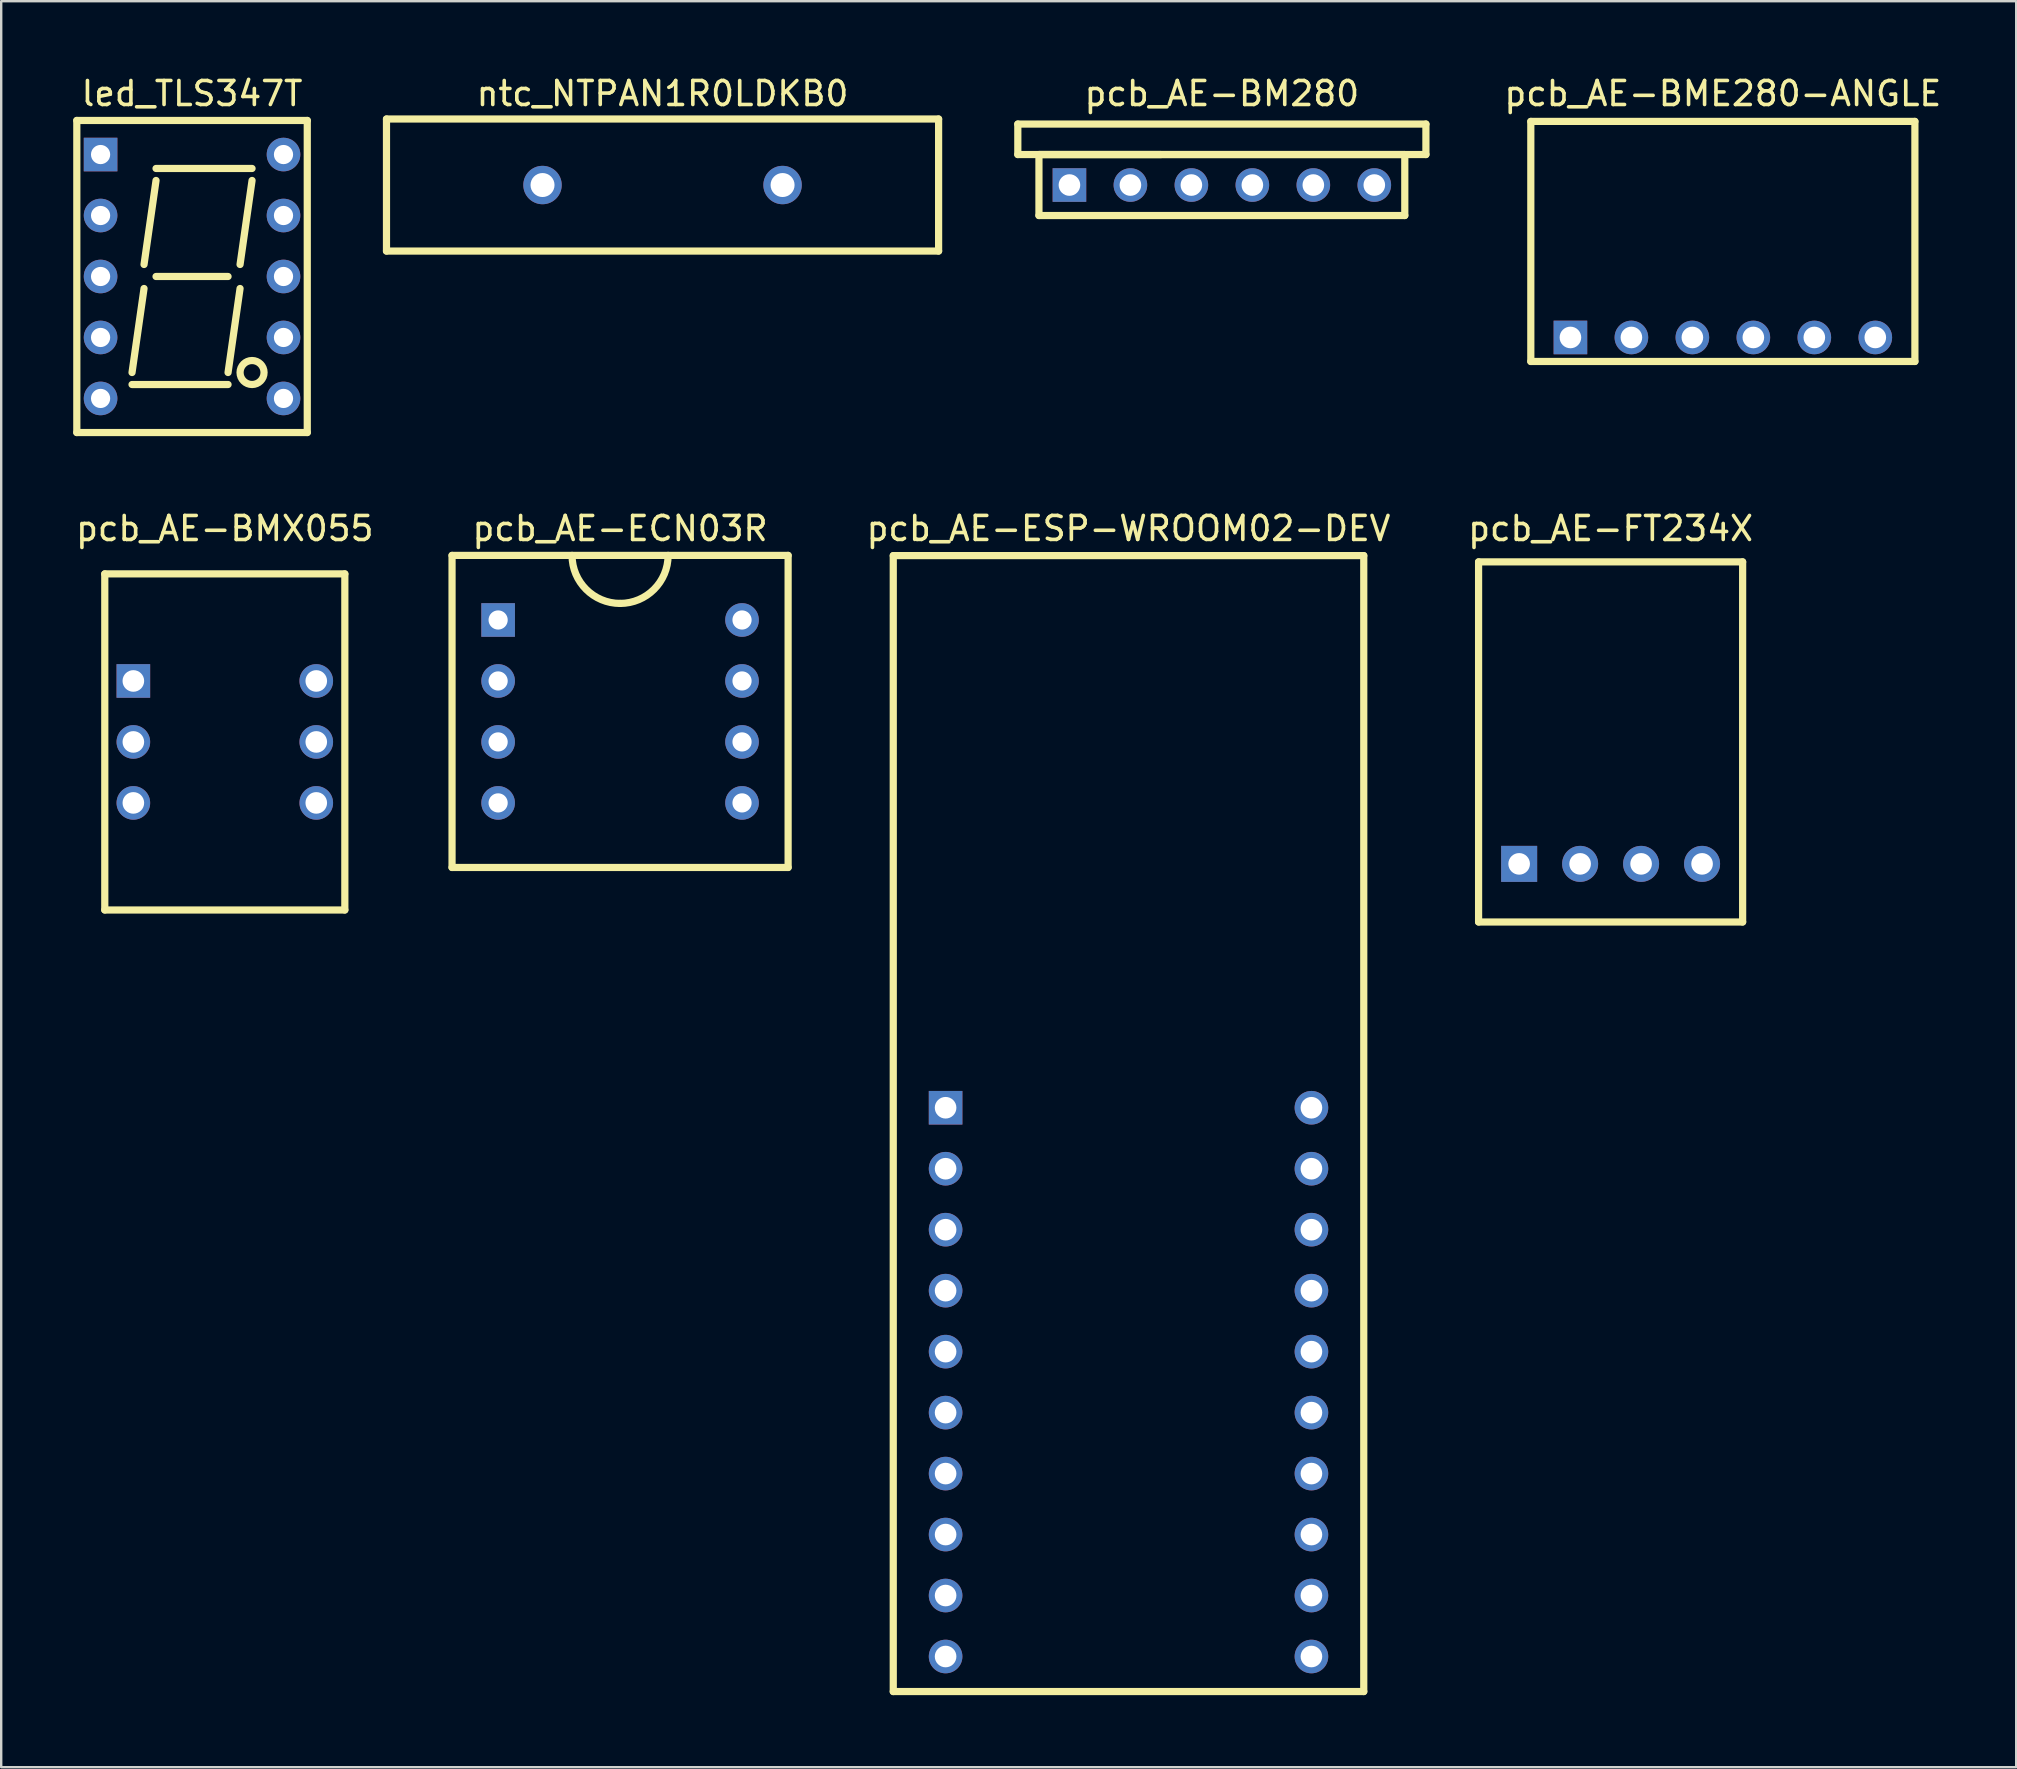
<source format=kicad_pcb>
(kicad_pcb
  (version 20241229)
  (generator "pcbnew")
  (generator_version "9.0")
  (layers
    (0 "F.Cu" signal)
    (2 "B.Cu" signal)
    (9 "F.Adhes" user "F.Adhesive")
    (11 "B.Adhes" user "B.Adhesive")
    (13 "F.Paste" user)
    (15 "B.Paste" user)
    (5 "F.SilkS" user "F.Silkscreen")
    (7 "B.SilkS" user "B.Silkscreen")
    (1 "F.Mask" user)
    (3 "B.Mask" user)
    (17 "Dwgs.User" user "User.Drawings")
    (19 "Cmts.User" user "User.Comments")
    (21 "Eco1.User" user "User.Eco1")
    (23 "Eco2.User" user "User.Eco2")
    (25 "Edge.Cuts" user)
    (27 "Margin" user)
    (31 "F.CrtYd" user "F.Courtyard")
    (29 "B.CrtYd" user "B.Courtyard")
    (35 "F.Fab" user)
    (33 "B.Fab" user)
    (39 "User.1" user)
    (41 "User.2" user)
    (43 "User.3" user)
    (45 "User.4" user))
  (footprint "pcb_AE-BM280"
    (layer "F.Cu")
    (at 47.85 4.658)
    (property "Reference" "pcb_AE-BM280" (at 0 -3.81 0) (layer "F.SilkS") (effects (font (size 1 1) (thickness 0.15))))
    (attr through_hole)
    (fp_line (start -8.5 -2.54) (end -8.5 -1.27) (stroke (width 0.3) (type solid)) (layer "F.SilkS"))
    (fp_line (start -8.5 -1.27) (end 8.5 -1.27) (stroke (width 0.3) (type solid)) (layer "F.SilkS"))
    (fp_line (start -7.62 -1.27) (end -7.62 1.27) (stroke (width 0.3) (type solid)) (layer "F.SilkS"))
    (fp_line (start -7.62 -1.27) (end -2.54 -1.27) (stroke (width 0.3) (type solid)) (layer "F.SilkS"))
    (fp_line (start -7.62 1.27) (end 7.62 1.27) (stroke (width 0.3) (type solid)) (layer "F.SilkS"))
    (fp_line (start 7.62 -1.27) (end -7.62 -1.27) (stroke (width 0.3) (type solid)) (layer "F.SilkS"))
    (fp_line (start 7.62 1.27) (end 7.62 -1.27) (stroke (width 0.3) (type solid)) (layer "F.SilkS"))
    (fp_line (start 8.5 -2.54) (end -8.5 -2.54) (stroke (width 0.3) (type solid)) (layer "F.SilkS"))
    (fp_line (start 8.5 -1.27) (end 8.5 -2.54) (stroke (width 0.3) (type solid)) (layer "F.SilkS"))
    (pad "1" thru_hole rect (at -6.35 0) (size 1.4 1.4) (drill 0.9) (layers "*.Cu" "*.Mask"))
    (pad "2" thru_hole circle (at -3.81 0) (size 1.4 1.4) (drill 0.9) (layers "*.Cu" "*.Mask"))
    (pad "3" thru_hole circle (at -1.27 0) (size 1.4 1.4) (drill 0.9) (layers "*.Cu" "*.Mask"))
    (pad "4" thru_hole circle (at 1.27 0) (size 1.4 1.4) (drill 0.9) (layers "*.Cu" "*.Mask"))
    (pad "5" thru_hole circle (at 3.81 0) (size 1.4 1.4) (drill 0.9) (layers "*.Cu" "*.Mask"))
    (pad "6" thru_hole circle (at 6.35 0) (size 1.4 1.4) (drill 0.9) (layers "*.Cu" "*.Mask")))
  (footprint "pcb_AE-ECN03R"
    (layer "F.Cu")
    (at 22.781 26.587)
    (property "Reference" "pcb_AE-ECN03R" (at 0 -7.62 0) (layer "F.SilkS") (effects (font (size 1 1) (thickness 0.15))))
    (attr through_hole)
    (fp_line (start -7 -6.5) (end -7 6.5) (stroke (width 0.3) (type solid)) (layer "F.SilkS"))
    (fp_line (start -7 6.5) (end 7 6.5) (stroke (width 0.3) (type solid)) (layer "F.SilkS"))
    (fp_line (start 7 -6.5) (end -7 -6.5) (stroke (width 0.3) (type solid)) (layer "F.SilkS"))
    (fp_line (start 7 6.5) (end 7 -6.5) (stroke (width 0.3) (type solid)) (layer "F.SilkS"))
    (fp_arc (start 0 -4.5) (mid -1.414214 -5.085786) (end -2 -6.5) (stroke (width 0.3) (type solid)) (layer "F.SilkS"))
    (fp_arc (start 2 -6.5) (mid 1.414214 -5.085786) (end 0 -4.5) (stroke (width 0.3) (type solid)) (layer "F.SilkS"))
    (pad "1" thru_hole rect (at -5.08 -3.81) (size 1.4 1.4) (drill 0.8) (layers "*.Cu" "*.Mask"))
    (pad "2" thru_hole circle (at -5.08 -1.27) (size 1.4 1.4) (drill 0.8) (layers "*.Cu" "*.Mask"))
    (pad "3" thru_hole circle (at -5.08 1.27) (size 1.4 1.4) (drill 0.8) (layers "*.Cu" "*.Mask"))
    (pad "4" thru_hole circle (at -5.08 3.81) (size 1.4 1.4) (drill 0.8) (layers "*.Cu" "*.Mask"))
    (pad "5" thru_hole circle (at 5.08 3.81) (size 1.4 1.4) (drill 0.8) (layers "*.Cu" "*.Mask"))
    (pad "6" thru_hole circle (at 5.08 1.27) (size 1.4 1.4) (drill 0.8) (layers "*.Cu" "*.Mask"))
    (pad "7" thru_hole circle (at 5.08 -1.27) (size 1.4 1.4) (drill 0.8) (layers "*.Cu" "*.Mask"))
    (pad "8" thru_hole circle (at 5.08 -3.81) (size 1.4 1.4) (drill 0.8) (layers "*.Cu" "*.Mask")))
  (footprint "pcb_AE-ESP-WROOM02-DEV"
    (layer "F.Cu")
    (at 43.961 43.096)
    (property "Reference" "pcb_AE-ESP-WROOM02-DEV" (at 0 -24.13 0) (layer "F.SilkS") (effects (font (size 1 1) (thickness 0.15))))
    (attr through_hole)
    (fp_line (start -9.8 -23) (end -9.8 24.32) (stroke (width 0.3) (type solid)) (layer "F.SilkS"))
    (fp_line (start -9.8 24.32) (end 9.8 24.32) (stroke (width 0.3) (type solid)) (layer "F.SilkS"))
    (fp_line (start 9.8 -23) (end -9.8 -23) (stroke (width 0.3) (type solid)) (layer "F.SilkS"))
    (fp_line (start 9.8 24.32) (end 9.8 -23) (stroke (width 0.3) (type solid)) (layer "F.SilkS"))
    (pad "1" thru_hole rect (at -7.62 0) (size 1.4 1.4) (drill 0.9) (layers "*.Cu" "*.Mask"))
    (pad "2" thru_hole circle (at -7.62 2.54) (size 1.4 1.4) (drill 0.9) (layers "*.Cu" "*.Mask"))
    (pad "3" thru_hole circle (at -7.62 5.08) (size 1.4 1.4) (drill 0.9) (layers "*.Cu" "*.Mask"))
    (pad "4" thru_hole circle (at -7.62 7.62) (size 1.4 1.4) (drill 0.9) (layers "*.Cu" "*.Mask"))
    (pad "5" thru_hole circle (at -7.62 10.16) (size 1.4 1.4) (drill 0.9) (layers "*.Cu" "*.Mask"))
    (pad "6" thru_hole circle (at -7.62 12.7) (size 1.4 1.4) (drill 0.9) (layers "*.Cu" "*.Mask"))
    (pad "7" thru_hole circle (at -7.62 15.24) (size 1.4 1.4) (drill 0.9) (layers "*.Cu" "*.Mask"))
    (pad "8" thru_hole circle (at -7.62 17.78) (size 1.4 1.4) (drill 0.9) (layers "*.Cu" "*.Mask"))
    (pad "9" thru_hole circle (at -7.62 20.32) (size 1.4 1.4) (drill 0.9) (layers "*.Cu" "*.Mask"))
    (pad "10" thru_hole circle (at -7.62 22.86) (size 1.4 1.4) (drill 0.9) (layers "*.Cu" "*.Mask"))
    (pad "11" thru_hole circle (at 7.62 22.86) (size 1.4 1.4) (drill 0.9) (layers "*.Cu" "*.Mask"))
    (pad "12" thru_hole circle (at 7.62 20.32) (size 1.4 1.4) (drill 0.9) (layers "*.Cu" "*.Mask"))
    (pad "13" thru_hole circle (at 7.62 17.78) (size 1.4 1.4) (drill 0.9) (layers "*.Cu" "*.Mask"))
    (pad "14" thru_hole circle (at 7.62 15.24) (size 1.4 1.4) (drill 0.9) (layers "*.Cu" "*.Mask"))
    (pad "15" thru_hole circle (at 7.62 12.7) (size 1.4 1.4) (drill 0.9) (layers "*.Cu" "*.Mask"))
    (pad "16" thru_hole circle (at 7.62 10.16) (size 1.4 1.4) (drill 0.9) (layers "*.Cu" "*.Mask"))
    (pad "17" thru_hole circle (at 7.62 7.62) (size 1.4 1.4) (drill 0.9) (layers "*.Cu" "*.Mask"))
    (pad "18" thru_hole circle (at 7.62 5.08) (size 1.4 1.4) (drill 0.9) (layers "*.Cu" "*.Mask"))
    (pad "19" thru_hole circle (at 7.62 2.54) (size 1.4 1.4) (drill 0.9) (layers "*.Cu" "*.Mask"))
    (pad "20" thru_hole circle (at 7.62 0) (size 1.4 1.4) (drill 0.9) (layers "*.Cu" "*.Mask")))
  (footprint "led_TLS347T"
    (layer "F.Cu")
    (at 4.95 8.468)
    (property "Reference" "led_TLS347T" (at 0 -7.62 0) (layer "F.SilkS") (effects (font (size 1 1) (thickness 0.15))))
    (attr through_hole)
    (fp_line (start -4.8 -6.5) (end -4.8 6.5) (stroke (width 0.3) (type solid)) (layer "F.SilkS"))
    (fp_line (start -4.8 6.5) (end 4.8 6.5) (stroke (width 0.3) (type solid)) (layer "F.SilkS"))
    (fp_line (start -2.5 4.5) (end 1.5 4.5) (stroke (width 0.3) (type solid)) (layer "F.SilkS"))
    (fp_line (start -2 0.5) (end -2.5 4) (stroke (width 0.3) (type solid)) (layer "F.SilkS"))
    (fp_line (start -1.5 -4.5) (end 2.5 -4.5) (stroke (width 0.3) (type solid)) (layer "F.SilkS"))
    (fp_line (start -1.5 -4) (end -2 -0.5) (stroke (width 0.3) (type solid)) (layer "F.SilkS"))
    (fp_line (start -1.5 0) (end 1.5 0) (stroke (width 0.3) (type solid)) (layer "F.SilkS"))
    (fp_line (start 2 0.5) (end 1.5 4) (stroke (width 0.3) (type solid)) (layer "F.SilkS"))
    (fp_line (start 2.5 -4) (end 2 -0.5) (stroke (width 0.3) (type solid)) (layer "F.SilkS"))
    (fp_line (start 4.8 -6.5) (end -4.8 -6.5) (stroke (width 0.3) (type solid)) (layer "F.SilkS"))
    (fp_line (start 4.8 6.5) (end 4.8 -6.5) (stroke (width 0.3) (type solid)) (layer "F.SilkS"))
    (fp_circle (center 2.5 4) (end 2.5 3.5) (stroke (width 0.3) (type solid)) (fill no) (layer "F.SilkS"))
    (pad "1" thru_hole rect (at -3.81 -5.08) (size 1.4 1.4) (drill 0.8) (layers "*.Cu" "*.Mask"))
    (pad "2" thru_hole circle (at -3.81 -2.54) (size 1.4 1.4) (drill 0.8) (layers "*.Cu" "*.Mask"))
    (pad "3" thru_hole circle (at -3.81 0) (size 1.4 1.4) (drill 0.8) (layers "*.Cu" "*.Mask"))
    (pad "4" thru_hole circle (at -3.81 2.54) (size 1.4 1.4) (drill 0.8) (layers "*.Cu" "*.Mask"))
    (pad "5" thru_hole circle (at -3.81 5.08) (size 1.4 1.4) (drill 0.8) (layers "*.Cu" "*.Mask"))
    (pad "6" thru_hole circle (at 3.81 5.08) (size 1.4 1.4) (drill 0.8) (layers "*.Cu" "*.Mask"))
    (pad "7" thru_hole circle (at 3.81 2.54) (size 1.4 1.4) (drill 0.8) (layers "*.Cu" "*.Mask"))
    (pad "8" thru_hole circle (at 3.81 0) (size 1.4 1.4) (drill 0.8) (layers "*.Cu" "*.Mask"))
    (pad "9" thru_hole circle (at 3.81 -2.54) (size 1.4 1.4) (drill 0.8) (layers "*.Cu" "*.Mask"))
    (pad "10" thru_hole circle (at 3.81 -5.08) (size 1.4 1.4) (drill 0.8) (layers "*.Cu" "*.Mask")))
  (footprint "pcb_AE-FT234X"
    (layer "F.Cu")
    (at 64.044 32.937)
    (property "Reference" "pcb_AE-FT234X" (at 0 -13.97 0) (layer "F.SilkS") (effects (font (size 1 1) (thickness 0.15))))
    (attr through_hole)
    (fp_line (start -5.5 -12.58) (end -5.5 2.42) (stroke (width 0.3) (type solid)) (layer "F.SilkS"))
    (fp_line (start -5.5 2.42) (end 5.5 2.42) (stroke (width 0.3) (type solid)) (layer "F.SilkS"))
    (fp_line (start 5.5 -12.58) (end -5.5 -12.58) (stroke (width 0.3) (type solid)) (layer "F.SilkS"))
    (fp_line (start 5.5 2.42) (end 5.5 -12.58) (stroke (width 0.3) (type solid)) (layer "F.SilkS"))
    (pad "1" thru_hole rect (at -3.81 0) (size 1.5 1.5) (drill 0.9) (layers "*.Cu" "*.Mask"))
    (pad "2" thru_hole circle (at -1.27 0) (size 1.5 1.5) (drill 0.9) (layers "*.Cu" "*.Mask"))
    (pad "3" thru_hole circle (at 1.27 0) (size 1.5 1.5) (drill 0.9) (layers "*.Cu" "*.Mask"))
    (pad "4" thru_hole circle (at 3.81 0) (size 1.5 1.5) (drill 0.9) (layers "*.Cu" "*.Mask")))
  (footprint "ntc_NTPAN1R0LDKB0"
    (layer "F.Cu")
    (at 24.55 4.658)
    (property "Reference" "ntc_NTPAN1R0LDKB0" (at 0 -3.81 0) (layer "F.SilkS") (effects (font (size 1 1) (thickness 0.15))))
    (attr through_hole)
    (fp_line (start -11.5 -2.75) (end -11.5 2.75) (stroke (width 0.3) (type solid)) (layer "F.SilkS"))
    (fp_line (start -11.5 2.75) (end 11.5 2.75) (stroke (width 0.3) (type solid)) (layer "F.SilkS"))
    (fp_line (start 11.5 -2.75) (end -11.5 -2.75) (stroke (width 0.3) (type solid)) (layer "F.SilkS"))
    (fp_line (start 11.5 2.75) (end 11.5 -2.75) (stroke (width 0.3) (type solid)) (layer "F.SilkS"))
    (pad "1" thru_hole circle (at -5 0) (size 1.6 1.6) (drill 1) (layers "*.Cu" "*.Mask"))
    (pad "2" thru_hole circle (at 5 0) (size 1.6 1.6) (drill 1) (layers "*.Cu" "*.Mask")))
  (footprint "pcb_AE-BME280-ANGLE"
    (layer "F.Cu")
    (at 68.72 11.008)
    (property "Reference" "pcb_AE-BME280-ANGLE" (at 0 -10.16 0) (layer "F.SilkS") (effects (font (size 1 1) (thickness 0.15))))
    (attr through_hole)
    (fp_line (start -8 -9) (end -8 1) (stroke (width 0.3) (type solid)) (layer "F.SilkS"))
    (fp_line (start -8 1) (end 8 1) (stroke (width 0.3) (type solid)) (layer "F.SilkS"))
    (fp_line (start 8 -9) (end -8 -9) (stroke (width 0.3) (type solid)) (layer "F.SilkS"))
    (fp_line (start 8 1) (end 8 -9) (stroke (width 0.3) (type solid)) (layer "F.SilkS"))
    (pad "1" thru_hole rect (at -6.35 0) (size 1.4 1.4) (drill 0.9) (layers "*.Cu" "*.Mask"))
    (pad "2" thru_hole circle (at -3.81 0) (size 1.4 1.4) (drill 0.9) (layers "*.Cu" "*.Mask"))
    (pad "3" thru_hole circle (at -1.27 0) (size 1.4 1.4) (drill 0.9) (layers "*.Cu" "*.Mask"))
    (pad "4" thru_hole circle (at 1.27 0) (size 1.4 1.4) (drill 0.9) (layers "*.Cu" "*.Mask"))
    (pad "5" thru_hole circle (at 3.81 0) (size 1.4 1.4) (drill 0.9) (layers "*.Cu" "*.Mask"))
    (pad "6" thru_hole circle (at 6.35 0) (size 1.4 1.4) (drill 0.9) (layers "*.Cu" "*.Mask")))
  (footprint "pcb_AE-BMX055"
    (layer "F.Cu")
    (at 6.315 27.857)
    (property "Reference" "pcb_AE-BMX055" (at 0 -8.89 0) (layer "F.SilkS") (effects (font (size 1 1) (thickness 0.15))))
    (attr through_hole)
    (fp_line (start -5 -7) (end -5 7) (stroke (width 0.3) (type solid)) (layer "F.SilkS"))
    (fp_line (start -5 7) (end 5 7) (stroke (width 0.3) (type solid)) (layer "F.SilkS"))
    (fp_line (start 5 -7) (end -5 -7) (stroke (width 0.3) (type solid)) (layer "F.SilkS"))
    (fp_line (start 5 7) (end 5 -7) (stroke (width 0.3) (type solid)) (layer "F.SilkS"))
    (pad "1" thru_hole rect (at -3.81 -2.54) (size 1.4 1.4) (drill 0.9) (layers "*.Cu" "*.Mask"))
    (pad "2" thru_hole circle (at -3.81 0) (size 1.4 1.4) (drill 0.9) (layers "*.Cu" "*.Mask"))
    (pad "3" thru_hole circle (at -3.81 2.54) (size 1.4 1.4) (drill 0.9) (layers "*.Cu" "*.Mask"))
    (pad "4" thru_hole circle (at 3.81 2.54) (size 1.4 1.4) (drill 0.9) (layers "*.Cu" "*.Mask"))
    (pad "5" thru_hole circle (at 3.81 0) (size 1.4 1.4) (drill 0.9) (layers "*.Cu" "*.Mask"))
    (pad "6" thru_hole circle (at 3.81 -2.54) (size 1.4 1.4) (drill 0.9) (layers "*.Cu" "*.Mask")))
  (gr_rect
    (start -3 -3)
    (end 80.94 70.567)
    (stroke (width 0.1) (type default))
    (fill no)
    (layer "Edge.Cuts")))
</source>
